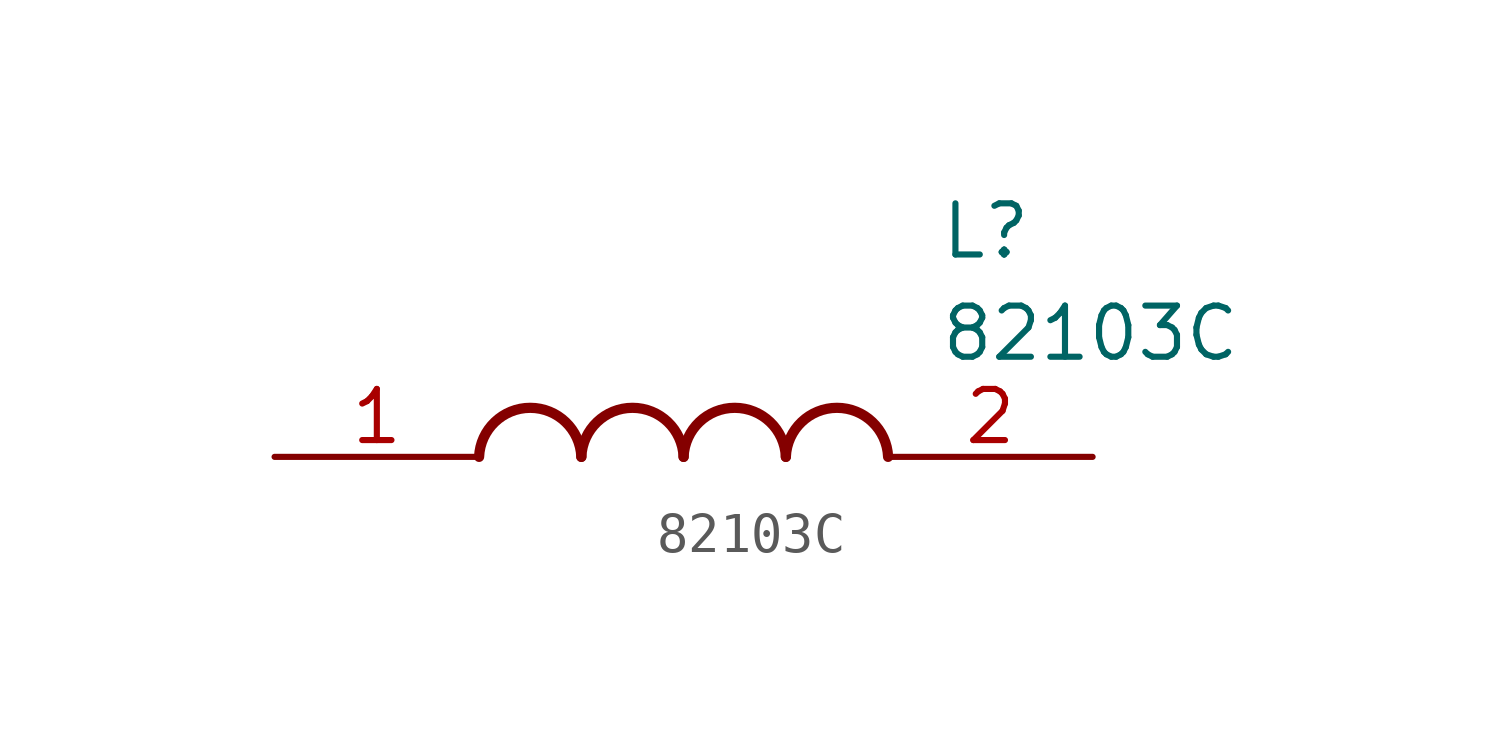
<source format=kicad_sym>
(kicad_symbol_lib
  (version 20211014)
  (generator SamacSys_ECAD_Model)
  (symbol "82103C"
    (pin_names hide)
    (property "Reference" "L"
      (at 16.51 6.35 0)
      (effects (font (size 1.27 1.27)) (justify left top)))
    (property "Value" "82103C"
      (at 16.51 3.81 0)
      (effects (font (size 1.27 1.27)) (justify left top)))
    (arc
      (start 7.62 0)
      (mid 6.35 1.219)
      (end 5.08 0)
      (stroke (width 0.254) (type default))
      (fill (type none)))
    (arc
      (start 10.16 0)
      (mid 8.89 1.219)
      (end 7.62 0)
      (stroke (width 0.254) (type default))
      (fill (type none)))
    (arc
      (start 12.7 0)
      (mid 11.43 1.219)
      (end 10.16 0)
      (stroke (width 0.254) (type default))
      (fill (type none)))
    (arc
      (start 15.24 0)
      (mid 13.97 1.219)
      (end 12.7 0)
      (stroke (width 0.254) (type default))
      (fill (type none)))
    (pin passive line
      (at 0 0 0)
      (length 5.08)
      (name "1" (effects (font (size 1.27 1.27))))
      (number "1" (effects (font (size 1.27 1.27)))))
    (pin passive line
      (at 20.32 0 180)
      (length 5.08)
      (name "2" (effects (font (size 1.27 1.27))))
      (number "2" (effects (font (size 1.27 1.27)))))))
</source>
